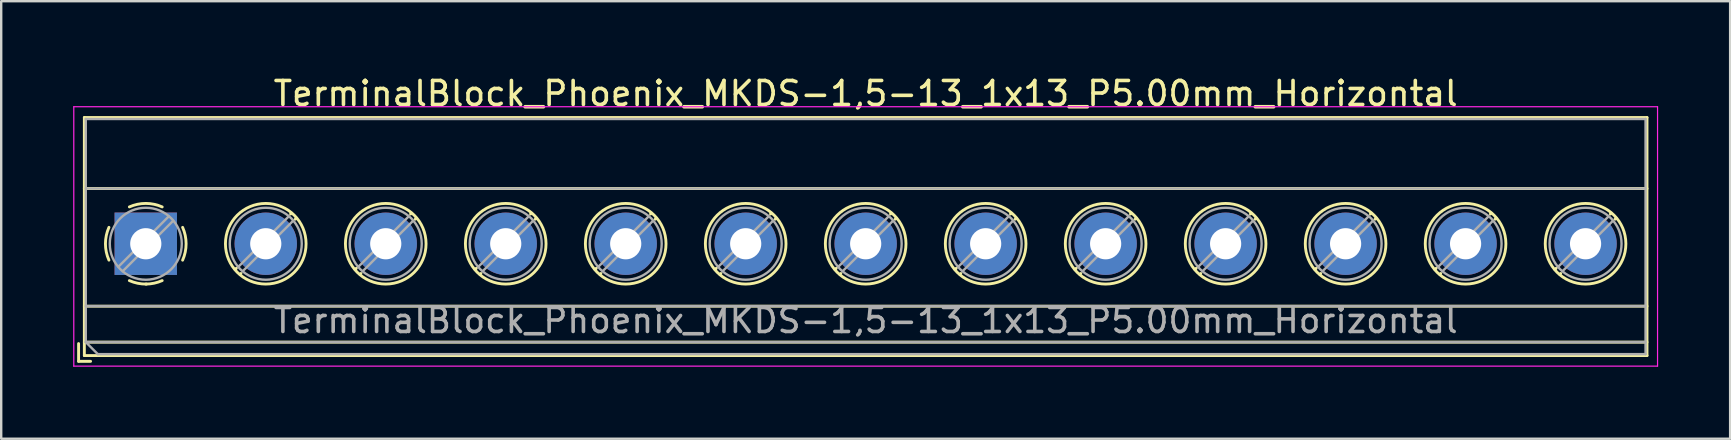
<source format=kicad_pcb>
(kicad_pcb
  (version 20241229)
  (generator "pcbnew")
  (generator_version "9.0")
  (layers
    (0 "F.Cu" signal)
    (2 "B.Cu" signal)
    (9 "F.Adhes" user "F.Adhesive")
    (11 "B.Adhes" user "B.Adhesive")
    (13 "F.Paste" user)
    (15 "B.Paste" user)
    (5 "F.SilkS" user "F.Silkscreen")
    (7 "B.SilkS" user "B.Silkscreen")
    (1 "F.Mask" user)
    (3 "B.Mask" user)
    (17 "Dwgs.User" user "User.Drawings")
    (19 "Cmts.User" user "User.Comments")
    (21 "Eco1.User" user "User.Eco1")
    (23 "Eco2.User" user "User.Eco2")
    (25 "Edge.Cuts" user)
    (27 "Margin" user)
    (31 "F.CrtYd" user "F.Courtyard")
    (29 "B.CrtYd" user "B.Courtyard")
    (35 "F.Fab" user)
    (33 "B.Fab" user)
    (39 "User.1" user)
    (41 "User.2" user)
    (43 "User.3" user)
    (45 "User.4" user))
  (footprint "TerminalBlock_Phoenix_MKDS-1,5-13_1x13_P5.00mm_Horizontal"
    (layer "F.Cu")
    (at 3.025 7.108)
    (property "Reference" "TerminalBlock_Phoenix_MKDS-1,5-13_1x13_P5.00mm_Horizontal" (at 30 -6.26 0) (layer "F.SilkS") (effects (font (size 1 1) (thickness 0.15))))
    (attr through_hole)
    (fp_line (start -2.8 4.16) (end -2.8 4.9) (stroke (width 0.12) (type solid)) (layer "F.SilkS"))
    (fp_line (start -2.8 4.9) (end -2.3 4.9) (stroke (width 0.12) (type solid)) (layer "F.SilkS"))
    (fp_line (start -2.56 -5.261) (end -2.56 4.66) (stroke (width 0.12) (type solid)) (layer "F.SilkS"))
    (fp_line (start -2.56 -5.261) (end 62.56 -5.261) (stroke (width 0.12) (type solid)) (layer "F.SilkS"))
    (fp_line (start -2.56 -2.301) (end 62.56 -2.301) (stroke (width 0.12) (type solid)) (layer "F.SilkS"))
    (fp_line (start -2.56 2.6) (end 62.56 2.6) (stroke (width 0.12) (type solid)) (layer "F.SilkS"))
    (fp_line (start -2.56 4.1) (end 62.56 4.1) (stroke (width 0.12) (type solid)) (layer "F.SilkS"))
    (fp_line (start -2.56 4.66) (end 62.56 4.66) (stroke (width 0.12) (type solid)) (layer "F.SilkS"))
    (fp_line (start 3.773 1.023) (end 3.726 1.069) (stroke (width 0.12) (type solid)) (layer "F.SilkS"))
    (fp_line (start 3.966 1.239) (end 3.931 1.274) (stroke (width 0.12) (type solid)) (layer "F.SilkS"))
    (fp_line (start 6.07 -1.275) (end 6.035 -1.239) (stroke (width 0.12) (type solid)) (layer "F.SilkS"))
    (fp_line (start 6.275 -1.069) (end 6.228 -1.023) (stroke (width 0.12) (type solid)) (layer "F.SilkS"))
    (fp_line (start 8.773 1.023) (end 8.726 1.069) (stroke (width 0.12) (type solid)) (layer "F.SilkS"))
    (fp_line (start 8.966 1.239) (end 8.931 1.274) (stroke (width 0.12) (type solid)) (layer "F.SilkS"))
    (fp_line (start 11.07 -1.275) (end 11.035 -1.239) (stroke (width 0.12) (type solid)) (layer "F.SilkS"))
    (fp_line (start 11.275 -1.069) (end 11.228 -1.023) (stroke (width 0.12) (type solid)) (layer "F.SilkS"))
    (fp_line (start 13.773 1.023) (end 13.726 1.069) (stroke (width 0.12) (type solid)) (layer "F.SilkS"))
    (fp_line (start 13.966 1.239) (end 13.931 1.274) (stroke (width 0.12) (type solid)) (layer "F.SilkS"))
    (fp_line (start 16.07 -1.275) (end 16.035 -1.239) (stroke (width 0.12) (type solid)) (layer "F.SilkS"))
    (fp_line (start 16.275 -1.069) (end 16.228 -1.023) (stroke (width 0.12) (type solid)) (layer "F.SilkS"))
    (fp_line (start 18.773 1.023) (end 18.726 1.069) (stroke (width 0.12) (type solid)) (layer "F.SilkS"))
    (fp_line (start 18.966 1.239) (end 18.931 1.274) (stroke (width 0.12) (type solid)) (layer "F.SilkS"))
    (fp_line (start 21.07 -1.275) (end 21.035 -1.239) (stroke (width 0.12) (type solid)) (layer "F.SilkS"))
    (fp_line (start 21.275 -1.069) (end 21.228 -1.023) (stroke (width 0.12) (type solid)) (layer "F.SilkS"))
    (fp_line (start 23.773 1.023) (end 23.726 1.069) (stroke (width 0.12) (type solid)) (layer "F.SilkS"))
    (fp_line (start 23.966 1.239) (end 23.931 1.274) (stroke (width 0.12) (type solid)) (layer "F.SilkS"))
    (fp_line (start 26.07 -1.275) (end 26.035 -1.239) (stroke (width 0.12) (type solid)) (layer "F.SilkS"))
    (fp_line (start 26.275 -1.069) (end 26.228 -1.023) (stroke (width 0.12) (type solid)) (layer "F.SilkS"))
    (fp_line (start 28.773 1.023) (end 28.726 1.069) (stroke (width 0.12) (type solid)) (layer "F.SilkS"))
    (fp_line (start 28.966 1.239) (end 28.931 1.274) (stroke (width 0.12) (type solid)) (layer "F.SilkS"))
    (fp_line (start 31.07 -1.275) (end 31.035 -1.239) (stroke (width 0.12) (type solid)) (layer "F.SilkS"))
    (fp_line (start 31.275 -1.069) (end 31.228 -1.023) (stroke (width 0.12) (type solid)) (layer "F.SilkS"))
    (fp_line (start 33.773 1.023) (end 33.726 1.069) (stroke (width 0.12) (type solid)) (layer "F.SilkS"))
    (fp_line (start 33.966 1.239) (end 33.931 1.274) (stroke (width 0.12) (type solid)) (layer "F.SilkS"))
    (fp_line (start 36.07 -1.275) (end 36.035 -1.239) (stroke (width 0.12) (type solid)) (layer "F.SilkS"))
    (fp_line (start 36.275 -1.069) (end 36.228 -1.023) (stroke (width 0.12) (type solid)) (layer "F.SilkS"))
    (fp_line (start 38.773 1.023) (end 38.726 1.069) (stroke (width 0.12) (type solid)) (layer "F.SilkS"))
    (fp_line (start 38.966 1.239) (end 38.931 1.274) (stroke (width 0.12) (type solid)) (layer "F.SilkS"))
    (fp_line (start 41.07 -1.275) (end 41.035 -1.239) (stroke (width 0.12) (type solid)) (layer "F.SilkS"))
    (fp_line (start 41.275 -1.069) (end 41.228 -1.023) (stroke (width 0.12) (type solid)) (layer "F.SilkS"))
    (fp_line (start 43.773 1.023) (end 43.726 1.069) (stroke (width 0.12) (type solid)) (layer "F.SilkS"))
    (fp_line (start 43.966 1.239) (end 43.931 1.274) (stroke (width 0.12) (type solid)) (layer "F.SilkS"))
    (fp_line (start 46.07 -1.275) (end 46.035 -1.239) (stroke (width 0.12) (type solid)) (layer "F.SilkS"))
    (fp_line (start 46.275 -1.069) (end 46.228 -1.023) (stroke (width 0.12) (type solid)) (layer "F.SilkS"))
    (fp_line (start 48.773 1.023) (end 48.726 1.069) (stroke (width 0.12) (type solid)) (layer "F.SilkS"))
    (fp_line (start 48.966 1.239) (end 48.931 1.274) (stroke (width 0.12) (type solid)) (layer "F.SilkS"))
    (fp_line (start 51.07 -1.275) (end 51.035 -1.239) (stroke (width 0.12) (type solid)) (layer "F.SilkS"))
    (fp_line (start 51.275 -1.069) (end 51.228 -1.023) (stroke (width 0.12) (type solid)) (layer "F.SilkS"))
    (fp_line (start 53.773 1.023) (end 53.726 1.069) (stroke (width 0.12) (type solid)) (layer "F.SilkS"))
    (fp_line (start 53.966 1.239) (end 53.931 1.274) (stroke (width 0.12) (type solid)) (layer "F.SilkS"))
    (fp_line (start 56.07 -1.275) (end 56.035 -1.239) (stroke (width 0.12) (type solid)) (layer "F.SilkS"))
    (fp_line (start 56.275 -1.069) (end 56.228 -1.023) (stroke (width 0.12) (type solid)) (layer "F.SilkS"))
    (fp_line (start 58.773 1.023) (end 58.726 1.069) (stroke (width 0.12) (type solid)) (layer "F.SilkS"))
    (fp_line (start 58.966 1.239) (end 58.931 1.274) (stroke (width 0.12) (type solid)) (layer "F.SilkS"))
    (fp_line (start 61.07 -1.275) (end 61.035 -1.239) (stroke (width 0.12) (type solid)) (layer "F.SilkS"))
    (fp_line (start 61.275 -1.069) (end 61.228 -1.023) (stroke (width 0.12) (type solid)) (layer "F.SilkS"))
    (fp_line (start 62.56 -5.261) (end 62.56 4.66) (stroke (width 0.12) (type solid)) (layer "F.SilkS"))
    (fp_arc (start -1.535427 0.683042) (mid -1.680501 -0.000524) (end -1.535 -0.684) (stroke (width 0.12) (type solid)) (layer "F.SilkS"))
    (fp_arc (start -0.683042 -1.535427) (mid 0.000524 -1.680501) (end 0.684 -1.535) (stroke (width 0.12) (type solid)) (layer "F.SilkS"))
    (fp_arc (start 0.028805 1.680253) (mid -0.335551 1.646659) (end -0.684 1.535) (stroke (width 0.12) (type solid)) (layer "F.SilkS"))
    (fp_arc (start 0.683318 1.534756) (mid 0.349292 1.643288) (end 0 1.68) (stroke (width 0.12) (type solid)) (layer "F.SilkS"))
    (fp_arc (start 1.535427 -0.683042) (mid 1.680501 0.000524) (end 1.535 0.684) (stroke (width 0.12) (type solid)) (layer "F.SilkS"))
    (fp_circle (center 5 0) (end 6.68 0) (stroke (width 0.12) (type solid)) (fill no) (layer "F.SilkS"))
    (fp_circle (center 10 0) (end 11.68 0) (stroke (width 0.12) (type solid)) (fill no) (layer "F.SilkS"))
    (fp_circle (center 15 0) (end 16.68 0) (stroke (width 0.12) (type solid)) (fill no) (layer "F.SilkS"))
    (fp_circle (center 20 0) (end 21.68 0) (stroke (width 0.12) (type solid)) (fill no) (layer "F.SilkS"))
    (fp_circle (center 25 0) (end 26.68 0) (stroke (width 0.12) (type solid)) (fill no) (layer "F.SilkS"))
    (fp_circle (center 30 0) (end 31.68 0) (stroke (width 0.12) (type solid)) (fill no) (layer "F.SilkS"))
    (fp_circle (center 35 0) (end 36.68 0) (stroke (width 0.12) (type solid)) (fill no) (layer "F.SilkS"))
    (fp_circle (center 40 0) (end 41.68 0) (stroke (width 0.12) (type solid)) (fill no) (layer "F.SilkS"))
    (fp_circle (center 45 0) (end 46.68 0) (stroke (width 0.12) (type solid)) (fill no) (layer "F.SilkS"))
    (fp_circle (center 50 0) (end 51.68 0) (stroke (width 0.12) (type solid)) (fill no) (layer "F.SilkS"))
    (fp_circle (center 55 0) (end 56.68 0) (stroke (width 0.12) (type solid)) (fill no) (layer "F.SilkS"))
    (fp_circle (center 60 0) (end 61.68 0) (stroke (width 0.12) (type solid)) (fill no) (layer "F.SilkS"))
    (fp_line (start -3 -5.71) (end -3 5.1) (stroke (width 0.05) (type solid)) (layer "F.CrtYd"))
    (fp_line (start -3 5.1) (end 63 5.1) (stroke (width 0.05) (type solid)) (layer "F.CrtYd"))
    (fp_line (start 63 -5.71) (end -3 -5.71) (stroke (width 0.05) (type solid)) (layer "F.CrtYd"))
    (fp_line (start 63 5.1) (end 63 -5.71) (stroke (width 0.05) (type solid)) (layer "F.CrtYd"))
    (fp_line (start -2.5 -5.2) (end 62.5 -5.2) (stroke (width 0.1) (type solid)) (layer "F.Fab"))
    (fp_line (start -2.5 -2.3) (end 62.5 -2.3) (stroke (width 0.1) (type solid)) (layer "F.Fab"))
    (fp_line (start -2.5 2.6) (end 62.5 2.6) (stroke (width 0.1) (type solid)) (layer "F.Fab"))
    (fp_line (start -2.5 4.1) (end -2.5 -5.2) (stroke (width 0.1) (type solid)) (layer "F.Fab"))
    (fp_line (start -2.5 4.1) (end 62.5 4.1) (stroke (width 0.1) (type solid)) (layer "F.Fab"))
    (fp_line (start -2 4.6) (end -2.5 4.1) (stroke (width 0.1) (type solid)) (layer "F.Fab"))
    (fp_line (start 0.955 -1.138) (end -1.138 0.955) (stroke (width 0.1) (type solid)) (layer "F.Fab"))
    (fp_line (start 1.138 -0.955) (end -0.955 1.138) (stroke (width 0.1) (type solid)) (layer "F.Fab"))
    (fp_line (start 5.955 -1.138) (end 3.863 0.955) (stroke (width 0.1) (type solid)) (layer "F.Fab"))
    (fp_line (start 6.138 -0.955) (end 4.046 1.138) (stroke (width 0.1) (type solid)) (layer "F.Fab"))
    (fp_line (start 10.955 -1.138) (end 8.863 0.955) (stroke (width 0.1) (type solid)) (layer "F.Fab"))
    (fp_line (start 11.138 -0.955) (end 9.046 1.138) (stroke (width 0.1) (type solid)) (layer "F.Fab"))
    (fp_line (start 15.955 -1.138) (end 13.863 0.955) (stroke (width 0.1) (type solid)) (layer "F.Fab"))
    (fp_line (start 16.138 -0.955) (end 14.046 1.138) (stroke (width 0.1) (type solid)) (layer "F.Fab"))
    (fp_line (start 20.955 -1.138) (end 18.863 0.955) (stroke (width 0.1) (type solid)) (layer "F.Fab"))
    (fp_line (start 21.138 -0.955) (end 19.046 1.138) (stroke (width 0.1) (type solid)) (layer "F.Fab"))
    (fp_line (start 25.955 -1.138) (end 23.863 0.955) (stroke (width 0.1) (type solid)) (layer "F.Fab"))
    (fp_line (start 26.138 -0.955) (end 24.046 1.138) (stroke (width 0.1) (type solid)) (layer "F.Fab"))
    (fp_line (start 30.955 -1.138) (end 28.863 0.955) (stroke (width 0.1) (type solid)) (layer "F.Fab"))
    (fp_line (start 31.138 -0.955) (end 29.046 1.138) (stroke (width 0.1) (type solid)) (layer "F.Fab"))
    (fp_line (start 35.955 -1.138) (end 33.863 0.955) (stroke (width 0.1) (type solid)) (layer "F.Fab"))
    (fp_line (start 36.138 -0.955) (end 34.046 1.138) (stroke (width 0.1) (type solid)) (layer "F.Fab"))
    (fp_line (start 40.955 -1.138) (end 38.863 0.955) (stroke (width 0.1) (type solid)) (layer "F.Fab"))
    (fp_line (start 41.138 -0.955) (end 39.046 1.138) (stroke (width 0.1) (type solid)) (layer "F.Fab"))
    (fp_line (start 45.955 -1.138) (end 43.863 0.955) (stroke (width 0.1) (type solid)) (layer "F.Fab"))
    (fp_line (start 46.138 -0.955) (end 44.046 1.138) (stroke (width 0.1) (type solid)) (layer "F.Fab"))
    (fp_line (start 50.955 -1.138) (end 48.863 0.955) (stroke (width 0.1) (type solid)) (layer "F.Fab"))
    (fp_line (start 51.138 -0.955) (end 49.046 1.138) (stroke (width 0.1) (type solid)) (layer "F.Fab"))
    (fp_line (start 55.955 -1.138) (end 53.863 0.955) (stroke (width 0.1) (type solid)) (layer "F.Fab"))
    (fp_line (start 56.138 -0.955) (end 54.046 1.138) (stroke (width 0.1) (type solid)) (layer "F.Fab"))
    (fp_line (start 60.955 -1.138) (end 58.863 0.955) (stroke (width 0.1) (type solid)) (layer "F.Fab"))
    (fp_line (start 61.138 -0.955) (end 59.046 1.138) (stroke (width 0.1) (type solid)) (layer "F.Fab"))
    (fp_line (start 62.5 -5.2) (end 62.5 4.6) (stroke (width 0.1) (type solid)) (layer "F.Fab"))
    (fp_line (start 62.5 4.6) (end -2 4.6) (stroke (width 0.1) (type solid)) (layer "F.Fab"))
    (fp_circle (center 0 0) (end 1.5 0) (stroke (width 0.1) (type solid)) (fill no) (layer "F.Fab"))
    (fp_circle (center 5 0) (end 6.5 0) (stroke (width 0.1) (type solid)) (fill no) (layer "F.Fab"))
    (fp_circle (center 10 0) (end 11.5 0) (stroke (width 0.1) (type solid)) (fill no) (layer "F.Fab"))
    (fp_circle (center 15 0) (end 16.5 0) (stroke (width 0.1) (type solid)) (fill no) (layer "F.Fab"))
    (fp_circle (center 20 0) (end 21.5 0) (stroke (width 0.1) (type solid)) (fill no) (layer "F.Fab"))
    (fp_circle (center 25 0) (end 26.5 0) (stroke (width 0.1) (type solid)) (fill no) (layer "F.Fab"))
    (fp_circle (center 30 0) (end 31.5 0) (stroke (width 0.1) (type solid)) (fill no) (layer "F.Fab"))
    (fp_circle (center 35 0) (end 36.5 0) (stroke (width 0.1) (type solid)) (fill no) (layer "F.Fab"))
    (fp_circle (center 40 0) (end 41.5 0) (stroke (width 0.1) (type solid)) (fill no) (layer "F.Fab"))
    (fp_circle (center 45 0) (end 46.5 0) (stroke (width 0.1) (type solid)) (fill no) (layer "F.Fab"))
    (fp_circle (center 50 0) (end 51.5 0) (stroke (width 0.1) (type solid)) (fill no) (layer "F.Fab"))
    (fp_circle (center 55 0) (end 56.5 0) (stroke (width 0.1) (type solid)) (fill no) (layer "F.Fab"))
    (fp_circle (center 60 0) (end 61.5 0) (stroke (width 0.1) (type solid)) (fill no) (layer "F.Fab"))
    (fp_text user "${REFERENCE}" (at 30 3.2 0) (layer "F.Fab") (effects (font (size 1 1) (thickness 0.15))))
    (pad "1" thru_hole rect (at 0 0) (size 2.6 2.6) (drill 1.3) (layers "*.Cu" "*.Mask"))
    (pad "2" thru_hole circle (at 5 0) (size 2.6 2.6) (drill 1.3) (layers "*.Cu" "*.Mask"))
    (pad "3" thru_hole circle (at 10 0) (size 2.6 2.6) (drill 1.3) (layers "*.Cu" "*.Mask"))
    (pad "4" thru_hole circle (at 15 0) (size 2.6 2.6) (drill 1.3) (layers "*.Cu" "*.Mask"))
    (pad "5" thru_hole circle (at 20 0) (size 2.6 2.6) (drill 1.3) (layers "*.Cu" "*.Mask"))
    (pad "6" thru_hole circle (at 25 0) (size 2.6 2.6) (drill 1.3) (layers "*.Cu" "*.Mask"))
    (pad "7" thru_hole circle (at 30 0) (size 2.6 2.6) (drill 1.3) (layers "*.Cu" "*.Mask"))
    (pad "8" thru_hole circle (at 35 0) (size 2.6 2.6) (drill 1.3) (layers "*.Cu" "*.Mask"))
    (pad "9" thru_hole circle (at 40 0) (size 2.6 2.6) (drill 1.3) (layers "*.Cu" "*.Mask"))
    (pad "10" thru_hole circle (at 45 0) (size 2.6 2.6) (drill 1.3) (layers "*.Cu" "*.Mask"))
    (pad "11" thru_hole circle (at 50 0) (size 2.6 2.6) (drill 1.3) (layers "*.Cu" "*.Mask"))
    (pad "12" thru_hole circle (at 55 0) (size 2.6 2.6) (drill 1.3) (layers "*.Cu" "*.Mask"))
    (pad "13" thru_hole circle (at 60 0) (size 2.6 2.6) (drill 1.3) (layers "*.Cu" "*.Mask")))
  (gr_rect
    (start -3 -3)
    (end 69.05 15.233)
    (stroke (width 0.1) (type default))
    (fill no)
    (layer "Edge.Cuts")))
</source>
